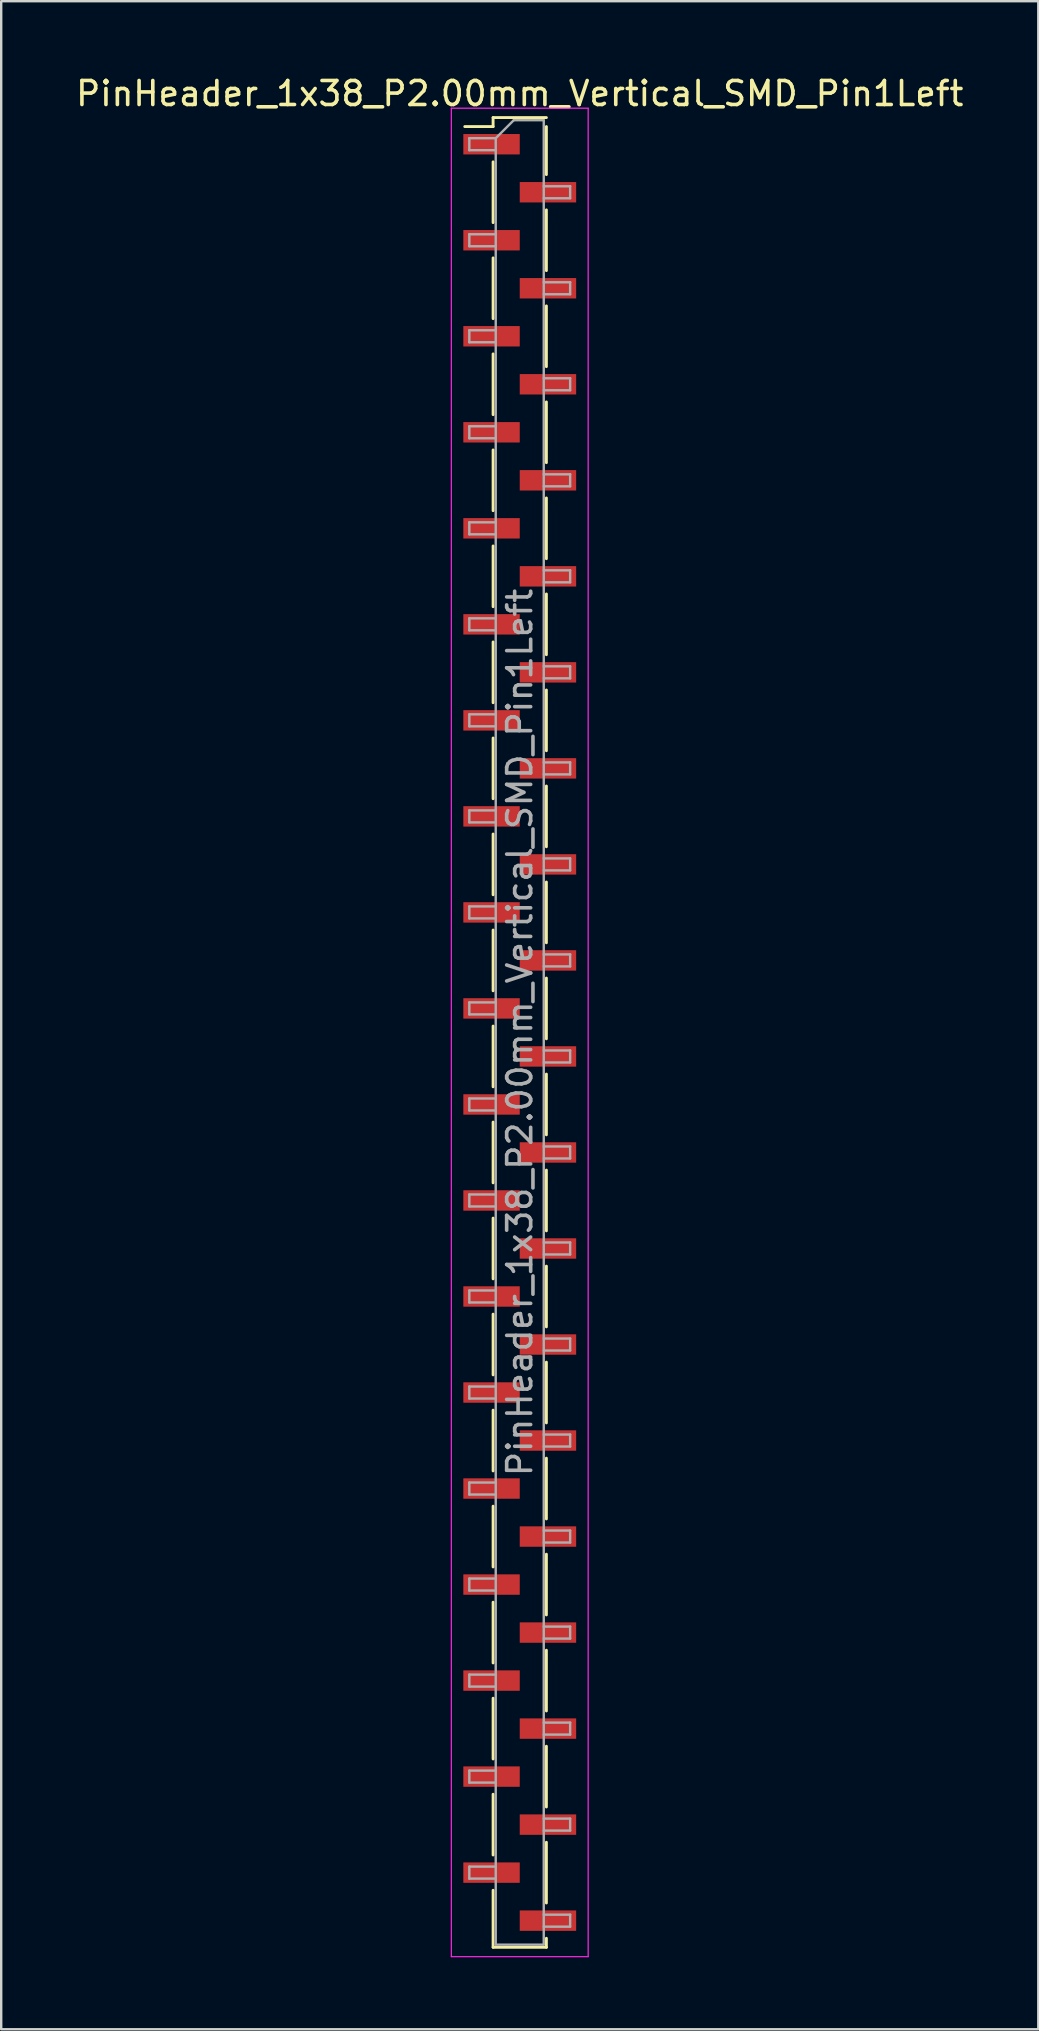
<source format=kicad_pcb>
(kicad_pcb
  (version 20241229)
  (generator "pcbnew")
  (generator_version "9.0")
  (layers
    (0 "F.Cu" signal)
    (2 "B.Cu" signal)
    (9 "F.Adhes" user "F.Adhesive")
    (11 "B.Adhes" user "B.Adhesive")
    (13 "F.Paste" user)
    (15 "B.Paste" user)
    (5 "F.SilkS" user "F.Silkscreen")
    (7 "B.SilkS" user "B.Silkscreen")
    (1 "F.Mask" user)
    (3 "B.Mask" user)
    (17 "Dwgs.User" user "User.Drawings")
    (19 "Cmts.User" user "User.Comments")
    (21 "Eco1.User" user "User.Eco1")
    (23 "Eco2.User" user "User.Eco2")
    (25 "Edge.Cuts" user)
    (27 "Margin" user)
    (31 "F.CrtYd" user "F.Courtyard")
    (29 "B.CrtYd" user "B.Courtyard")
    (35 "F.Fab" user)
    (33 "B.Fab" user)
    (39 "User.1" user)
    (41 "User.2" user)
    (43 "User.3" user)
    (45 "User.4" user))
  (footprint "PinHeader_1x38_P2.00mm_Vertical_SMD_Pin1Left"
    (layer "F.Cu")
    (at 18.601 39.958)
    (property "Reference" "PinHeader_1x38_P2.00mm_Vertical_SMD_Pin1Left" (at 0 -39.11 0) (layer "F.SilkS") (effects (font (size 1 1) (thickness 0.15))))
    (attr smd)
    (fp_line (start -1.11 -38.11) (end -1.11 -37.735) (stroke (width 0.12) (type solid)) (layer "F.SilkS"))
    (fp_line (start -1.11 -38.11) (end 1.11 -38.11) (stroke (width 0.12) (type solid)) (layer "F.SilkS"))
    (fp_line (start -1.11 -37.735) (end -2.29 -37.735) (stroke (width 0.12) (type solid)) (layer "F.SilkS"))
    (fp_line (start -1.11 -36.265) (end -1.11 -33.735) (stroke (width 0.12) (type solid)) (layer "F.SilkS"))
    (fp_line (start -1.11 -32.265) (end -1.11 -29.735) (stroke (width 0.12) (type solid)) (layer "F.SilkS"))
    (fp_line (start -1.11 -28.265) (end -1.11 -25.735) (stroke (width 0.12) (type solid)) (layer "F.SilkS"))
    (fp_line (start -1.11 -24.265) (end -1.11 -21.735) (stroke (width 0.12) (type solid)) (layer "F.SilkS"))
    (fp_line (start -1.11 -20.265) (end -1.11 -17.735) (stroke (width 0.12) (type solid)) (layer "F.SilkS"))
    (fp_line (start -1.11 -16.265) (end -1.11 -13.735) (stroke (width 0.12) (type solid)) (layer "F.SilkS"))
    (fp_line (start -1.11 -12.265) (end -1.11 -9.735) (stroke (width 0.12) (type solid)) (layer "F.SilkS"))
    (fp_line (start -1.11 -8.265) (end -1.11 -5.735) (stroke (width 0.12) (type solid)) (layer "F.SilkS"))
    (fp_line (start -1.11 -4.265) (end -1.11 -1.735) (stroke (width 0.12) (type solid)) (layer "F.SilkS"))
    (fp_line (start -1.11 -0.265) (end -1.11 2.265) (stroke (width 0.12) (type solid)) (layer "F.SilkS"))
    (fp_line (start -1.11 3.735) (end -1.11 6.265) (stroke (width 0.12) (type solid)) (layer "F.SilkS"))
    (fp_line (start -1.11 7.735) (end -1.11 10.265) (stroke (width 0.12) (type solid)) (layer "F.SilkS"))
    (fp_line (start -1.11 11.735) (end -1.11 14.265) (stroke (width 0.12) (type solid)) (layer "F.SilkS"))
    (fp_line (start -1.11 15.735) (end -1.11 18.265) (stroke (width 0.12) (type solid)) (layer "F.SilkS"))
    (fp_line (start -1.11 19.735) (end -1.11 22.265) (stroke (width 0.12) (type solid)) (layer "F.SilkS"))
    (fp_line (start -1.11 23.735) (end -1.11 26.265) (stroke (width 0.12) (type solid)) (layer "F.SilkS"))
    (fp_line (start -1.11 27.735) (end -1.11 30.265) (stroke (width 0.12) (type solid)) (layer "F.SilkS"))
    (fp_line (start -1.11 31.735) (end -1.11 34.265) (stroke (width 0.12) (type solid)) (layer "F.SilkS"))
    (fp_line (start -1.11 35.735) (end -1.11 38.11) (stroke (width 0.12) (type solid)) (layer "F.SilkS"))
    (fp_line (start -1.11 38.11) (end 1.11 38.11) (stroke (width 0.12) (type solid)) (layer "F.SilkS"))
    (fp_line (start 1.11 -37.735) (end 1.11 -35.735) (stroke (width 0.12) (type solid)) (layer "F.SilkS"))
    (fp_line (start 1.11 -34.265) (end 1.11 -31.735) (stroke (width 0.12) (type solid)) (layer "F.SilkS"))
    (fp_line (start 1.11 -30.265) (end 1.11 -27.735) (stroke (width 0.12) (type solid)) (layer "F.SilkS"))
    (fp_line (start 1.11 -26.265) (end 1.11 -23.735) (stroke (width 0.12) (type solid)) (layer "F.SilkS"))
    (fp_line (start 1.11 -22.265) (end 1.11 -19.735) (stroke (width 0.12) (type solid)) (layer "F.SilkS"))
    (fp_line (start 1.11 -18.265) (end 1.11 -15.735) (stroke (width 0.12) (type solid)) (layer "F.SilkS"))
    (fp_line (start 1.11 -14.265) (end 1.11 -11.735) (stroke (width 0.12) (type solid)) (layer "F.SilkS"))
    (fp_line (start 1.11 -10.265) (end 1.11 -7.735) (stroke (width 0.12) (type solid)) (layer "F.SilkS"))
    (fp_line (start 1.11 -6.265) (end 1.11 -3.735) (stroke (width 0.12) (type solid)) (layer "F.SilkS"))
    (fp_line (start 1.11 -2.265) (end 1.11 0.265) (stroke (width 0.12) (type solid)) (layer "F.SilkS"))
    (fp_line (start 1.11 1.735) (end 1.11 4.265) (stroke (width 0.12) (type solid)) (layer "F.SilkS"))
    (fp_line (start 1.11 5.735) (end 1.11 8.265) (stroke (width 0.12) (type solid)) (layer "F.SilkS"))
    (fp_line (start 1.11 9.735) (end 1.11 12.265) (stroke (width 0.12) (type solid)) (layer "F.SilkS"))
    (fp_line (start 1.11 13.735) (end 1.11 16.265) (stroke (width 0.12) (type solid)) (layer "F.SilkS"))
    (fp_line (start 1.11 17.735) (end 1.11 20.265) (stroke (width 0.12) (type solid)) (layer "F.SilkS"))
    (fp_line (start 1.11 21.735) (end 1.11 24.265) (stroke (width 0.12) (type solid)) (layer "F.SilkS"))
    (fp_line (start 1.11 25.735) (end 1.11 28.265) (stroke (width 0.12) (type solid)) (layer "F.SilkS"))
    (fp_line (start 1.11 29.735) (end 1.11 32.265) (stroke (width 0.12) (type solid)) (layer "F.SilkS"))
    (fp_line (start 1.11 33.735) (end 1.11 36.265) (stroke (width 0.12) (type solid)) (layer "F.SilkS"))
    (fp_line (start 1.11 37.735) (end 1.11 38.11) (stroke (width 0.12) (type solid)) (layer "F.SilkS"))
    (fp_line (start -2.85 -38.5) (end -2.85 38.5) (stroke (width 0.05) (type solid)) (layer "F.CrtYd"))
    (fp_line (start -2.85 38.5) (end 2.85 38.5) (stroke (width 0.05) (type solid)) (layer "F.CrtYd"))
    (fp_line (start 2.85 -38.5) (end -2.85 -38.5) (stroke (width 0.05) (type solid)) (layer "F.CrtYd"))
    (fp_line (start 2.85 38.5) (end 2.85 -38.5) (stroke (width 0.05) (type solid)) (layer "F.CrtYd"))
    (fp_line (start -2.1 -37.25) (end -2.1 -36.75) (stroke (width 0.1) (type solid)) (layer "F.Fab"))
    (fp_line (start -2.1 -36.75) (end -1 -36.75) (stroke (width 0.1) (type solid)) (layer "F.Fab"))
    (fp_line (start -2.1 -33.25) (end -2.1 -32.75) (stroke (width 0.1) (type solid)) (layer "F.Fab"))
    (fp_line (start -2.1 -32.75) (end -1 -32.75) (stroke (width 0.1) (type solid)) (layer "F.Fab"))
    (fp_line (start -2.1 -29.25) (end -2.1 -28.75) (stroke (width 0.1) (type solid)) (layer "F.Fab"))
    (fp_line (start -2.1 -28.75) (end -1 -28.75) (stroke (width 0.1) (type solid)) (layer "F.Fab"))
    (fp_line (start -2.1 -25.25) (end -2.1 -24.75) (stroke (width 0.1) (type solid)) (layer "F.Fab"))
    (fp_line (start -2.1 -24.75) (end -1 -24.75) (stroke (width 0.1) (type solid)) (layer "F.Fab"))
    (fp_line (start -2.1 -21.25) (end -2.1 -20.75) (stroke (width 0.1) (type solid)) (layer "F.Fab"))
    (fp_line (start -2.1 -20.75) (end -1 -20.75) (stroke (width 0.1) (type solid)) (layer "F.Fab"))
    (fp_line (start -2.1 -17.25) (end -2.1 -16.75) (stroke (width 0.1) (type solid)) (layer "F.Fab"))
    (fp_line (start -2.1 -16.75) (end -1 -16.75) (stroke (width 0.1) (type solid)) (layer "F.Fab"))
    (fp_line (start -2.1 -13.25) (end -2.1 -12.75) (stroke (width 0.1) (type solid)) (layer "F.Fab"))
    (fp_line (start -2.1 -12.75) (end -1 -12.75) (stroke (width 0.1) (type solid)) (layer "F.Fab"))
    (fp_line (start -2.1 -9.25) (end -2.1 -8.75) (stroke (width 0.1) (type solid)) (layer "F.Fab"))
    (fp_line (start -2.1 -8.75) (end -1 -8.75) (stroke (width 0.1) (type solid)) (layer "F.Fab"))
    (fp_line (start -2.1 -5.25) (end -2.1 -4.75) (stroke (width 0.1) (type solid)) (layer "F.Fab"))
    (fp_line (start -2.1 -4.75) (end -1 -4.75) (stroke (width 0.1) (type solid)) (layer "F.Fab"))
    (fp_line (start -2.1 -1.25) (end -2.1 -0.75) (stroke (width 0.1) (type solid)) (layer "F.Fab"))
    (fp_line (start -2.1 -0.75) (end -1 -0.75) (stroke (width 0.1) (type solid)) (layer "F.Fab"))
    (fp_line (start -2.1 2.75) (end -2.1 3.25) (stroke (width 0.1) (type solid)) (layer "F.Fab"))
    (fp_line (start -2.1 3.25) (end -1 3.25) (stroke (width 0.1) (type solid)) (layer "F.Fab"))
    (fp_line (start -2.1 6.75) (end -2.1 7.25) (stroke (width 0.1) (type solid)) (layer "F.Fab"))
    (fp_line (start -2.1 7.25) (end -1 7.25) (stroke (width 0.1) (type solid)) (layer "F.Fab"))
    (fp_line (start -2.1 10.75) (end -2.1 11.25) (stroke (width 0.1) (type solid)) (layer "F.Fab"))
    (fp_line (start -2.1 11.25) (end -1 11.25) (stroke (width 0.1) (type solid)) (layer "F.Fab"))
    (fp_line (start -2.1 14.75) (end -2.1 15.25) (stroke (width 0.1) (type solid)) (layer "F.Fab"))
    (fp_line (start -2.1 15.25) (end -1 15.25) (stroke (width 0.1) (type solid)) (layer "F.Fab"))
    (fp_line (start -2.1 18.75) (end -2.1 19.25) (stroke (width 0.1) (type solid)) (layer "F.Fab"))
    (fp_line (start -2.1 19.25) (end -1 19.25) (stroke (width 0.1) (type solid)) (layer "F.Fab"))
    (fp_line (start -2.1 22.75) (end -2.1 23.25) (stroke (width 0.1) (type solid)) (layer "F.Fab"))
    (fp_line (start -2.1 23.25) (end -1 23.25) (stroke (width 0.1) (type solid)) (layer "F.Fab"))
    (fp_line (start -2.1 26.75) (end -2.1 27.25) (stroke (width 0.1) (type solid)) (layer "F.Fab"))
    (fp_line (start -2.1 27.25) (end -1 27.25) (stroke (width 0.1) (type solid)) (layer "F.Fab"))
    (fp_line (start -2.1 30.75) (end -2.1 31.25) (stroke (width 0.1) (type solid)) (layer "F.Fab"))
    (fp_line (start -2.1 31.25) (end -1 31.25) (stroke (width 0.1) (type solid)) (layer "F.Fab"))
    (fp_line (start -2.1 34.75) (end -2.1 35.25) (stroke (width 0.1) (type solid)) (layer "F.Fab"))
    (fp_line (start -2.1 35.25) (end -1 35.25) (stroke (width 0.1) (type solid)) (layer "F.Fab"))
    (fp_line (start -1 -37.25) (end -2.1 -37.25) (stroke (width 0.1) (type solid)) (layer "F.Fab"))
    (fp_line (start -1 -37.25) (end -0.25 -38) (stroke (width 0.1) (type solid)) (layer "F.Fab"))
    (fp_line (start -1 -33.25) (end -2.1 -33.25) (stroke (width 0.1) (type solid)) (layer "F.Fab"))
    (fp_line (start -1 -29.25) (end -2.1 -29.25) (stroke (width 0.1) (type solid)) (layer "F.Fab"))
    (fp_line (start -1 -25.25) (end -2.1 -25.25) (stroke (width 0.1) (type solid)) (layer "F.Fab"))
    (fp_line (start -1 -21.25) (end -2.1 -21.25) (stroke (width 0.1) (type solid)) (layer "F.Fab"))
    (fp_line (start -1 -17.25) (end -2.1 -17.25) (stroke (width 0.1) (type solid)) (layer "F.Fab"))
    (fp_line (start -1 -13.25) (end -2.1 -13.25) (stroke (width 0.1) (type solid)) (layer "F.Fab"))
    (fp_line (start -1 -9.25) (end -2.1 -9.25) (stroke (width 0.1) (type solid)) (layer "F.Fab"))
    (fp_line (start -1 -5.25) (end -2.1 -5.25) (stroke (width 0.1) (type solid)) (layer "F.Fab"))
    (fp_line (start -1 -1.25) (end -2.1 -1.25) (stroke (width 0.1) (type solid)) (layer "F.Fab"))
    (fp_line (start -1 2.75) (end -2.1 2.75) (stroke (width 0.1) (type solid)) (layer "F.Fab"))
    (fp_line (start -1 6.75) (end -2.1 6.75) (stroke (width 0.1) (type solid)) (layer "F.Fab"))
    (fp_line (start -1 10.75) (end -2.1 10.75) (stroke (width 0.1) (type solid)) (layer "F.Fab"))
    (fp_line (start -1 14.75) (end -2.1 14.75) (stroke (width 0.1) (type solid)) (layer "F.Fab"))
    (fp_line (start -1 18.75) (end -2.1 18.75) (stroke (width 0.1) (type solid)) (layer "F.Fab"))
    (fp_line (start -1 22.75) (end -2.1 22.75) (stroke (width 0.1) (type solid)) (layer "F.Fab"))
    (fp_line (start -1 26.75) (end -2.1 26.75) (stroke (width 0.1) (type solid)) (layer "F.Fab"))
    (fp_line (start -1 30.75) (end -2.1 30.75) (stroke (width 0.1) (type solid)) (layer "F.Fab"))
    (fp_line (start -1 34.75) (end -2.1 34.75) (stroke (width 0.1) (type solid)) (layer "F.Fab"))
    (fp_line (start -1 38) (end -1 -37.25) (stroke (width 0.1) (type solid)) (layer "F.Fab"))
    (fp_line (start -0.25 -38) (end 1 -38) (stroke (width 0.1) (type solid)) (layer "F.Fab"))
    (fp_line (start 1 -38) (end 1 38) (stroke (width 0.1) (type solid)) (layer "F.Fab"))
    (fp_line (start 1 -35.25) (end 2.1 -35.25) (stroke (width 0.1) (type solid)) (layer "F.Fab"))
    (fp_line (start 1 -31.25) (end 2.1 -31.25) (stroke (width 0.1) (type solid)) (layer "F.Fab"))
    (fp_line (start 1 -27.25) (end 2.1 -27.25) (stroke (width 0.1) (type solid)) (layer "F.Fab"))
    (fp_line (start 1 -23.25) (end 2.1 -23.25) (stroke (width 0.1) (type solid)) (layer "F.Fab"))
    (fp_line (start 1 -19.25) (end 2.1 -19.25) (stroke (width 0.1) (type solid)) (layer "F.Fab"))
    (fp_line (start 1 -15.25) (end 2.1 -15.25) (stroke (width 0.1) (type solid)) (layer "F.Fab"))
    (fp_line (start 1 -11.25) (end 2.1 -11.25) (stroke (width 0.1) (type solid)) (layer "F.Fab"))
    (fp_line (start 1 -7.25) (end 2.1 -7.25) (stroke (width 0.1) (type solid)) (layer "F.Fab"))
    (fp_line (start 1 -3.25) (end 2.1 -3.25) (stroke (width 0.1) (type solid)) (layer "F.Fab"))
    (fp_line (start 1 0.75) (end 2.1 0.75) (stroke (width 0.1) (type solid)) (layer "F.Fab"))
    (fp_line (start 1 4.75) (end 2.1 4.75) (stroke (width 0.1) (type solid)) (layer "F.Fab"))
    (fp_line (start 1 8.75) (end 2.1 8.75) (stroke (width 0.1) (type solid)) (layer "F.Fab"))
    (fp_line (start 1 12.75) (end 2.1 12.75) (stroke (width 0.1) (type solid)) (layer "F.Fab"))
    (fp_line (start 1 16.75) (end 2.1 16.75) (stroke (width 0.1) (type solid)) (layer "F.Fab"))
    (fp_line (start 1 20.75) (end 2.1 20.75) (stroke (width 0.1) (type solid)) (layer "F.Fab"))
    (fp_line (start 1 24.75) (end 2.1 24.75) (stroke (width 0.1) (type solid)) (layer "F.Fab"))
    (fp_line (start 1 28.75) (end 2.1 28.75) (stroke (width 0.1) (type solid)) (layer "F.Fab"))
    (fp_line (start 1 32.75) (end 2.1 32.75) (stroke (width 0.1) (type solid)) (layer "F.Fab"))
    (fp_line (start 1 36.75) (end 2.1 36.75) (stroke (width 0.1) (type solid)) (layer "F.Fab"))
    (fp_line (start 1 38) (end -1 38) (stroke (width 0.1) (type solid)) (layer "F.Fab"))
    (fp_line (start 2.1 -35.25) (end 2.1 -34.75) (stroke (width 0.1) (type solid)) (layer "F.Fab"))
    (fp_line (start 2.1 -34.75) (end 1 -34.75) (stroke (width 0.1) (type solid)) (layer "F.Fab"))
    (fp_line (start 2.1 -31.25) (end 2.1 -30.75) (stroke (width 0.1) (type solid)) (layer "F.Fab"))
    (fp_line (start 2.1 -30.75) (end 1 -30.75) (stroke (width 0.1) (type solid)) (layer "F.Fab"))
    (fp_line (start 2.1 -27.25) (end 2.1 -26.75) (stroke (width 0.1) (type solid)) (layer "F.Fab"))
    (fp_line (start 2.1 -26.75) (end 1 -26.75) (stroke (width 0.1) (type solid)) (layer "F.Fab"))
    (fp_line (start 2.1 -23.25) (end 2.1 -22.75) (stroke (width 0.1) (type solid)) (layer "F.Fab"))
    (fp_line (start 2.1 -22.75) (end 1 -22.75) (stroke (width 0.1) (type solid)) (layer "F.Fab"))
    (fp_line (start 2.1 -19.25) (end 2.1 -18.75) (stroke (width 0.1) (type solid)) (layer "F.Fab"))
    (fp_line (start 2.1 -18.75) (end 1 -18.75) (stroke (width 0.1) (type solid)) (layer "F.Fab"))
    (fp_line (start 2.1 -15.25) (end 2.1 -14.75) (stroke (width 0.1) (type solid)) (layer "F.Fab"))
    (fp_line (start 2.1 -14.75) (end 1 -14.75) (stroke (width 0.1) (type solid)) (layer "F.Fab"))
    (fp_line (start 2.1 -11.25) (end 2.1 -10.75) (stroke (width 0.1) (type solid)) (layer "F.Fab"))
    (fp_line (start 2.1 -10.75) (end 1 -10.75) (stroke (width 0.1) (type solid)) (layer "F.Fab"))
    (fp_line (start 2.1 -7.25) (end 2.1 -6.75) (stroke (width 0.1) (type solid)) (layer "F.Fab"))
    (fp_line (start 2.1 -6.75) (end 1 -6.75) (stroke (width 0.1) (type solid)) (layer "F.Fab"))
    (fp_line (start 2.1 -3.25) (end 2.1 -2.75) (stroke (width 0.1) (type solid)) (layer "F.Fab"))
    (fp_line (start 2.1 -2.75) (end 1 -2.75) (stroke (width 0.1) (type solid)) (layer "F.Fab"))
    (fp_line (start 2.1 0.75) (end 2.1 1.25) (stroke (width 0.1) (type solid)) (layer "F.Fab"))
    (fp_line (start 2.1 1.25) (end 1 1.25) (stroke (width 0.1) (type solid)) (layer "F.Fab"))
    (fp_line (start 2.1 4.75) (end 2.1 5.25) (stroke (width 0.1) (type solid)) (layer "F.Fab"))
    (fp_line (start 2.1 5.25) (end 1 5.25) (stroke (width 0.1) (type solid)) (layer "F.Fab"))
    (fp_line (start 2.1 8.75) (end 2.1 9.25) (stroke (width 0.1) (type solid)) (layer "F.Fab"))
    (fp_line (start 2.1 9.25) (end 1 9.25) (stroke (width 0.1) (type solid)) (layer "F.Fab"))
    (fp_line (start 2.1 12.75) (end 2.1 13.25) (stroke (width 0.1) (type solid)) (layer "F.Fab"))
    (fp_line (start 2.1 13.25) (end 1 13.25) (stroke (width 0.1) (type solid)) (layer "F.Fab"))
    (fp_line (start 2.1 16.75) (end 2.1 17.25) (stroke (width 0.1) (type solid)) (layer "F.Fab"))
    (fp_line (start 2.1 17.25) (end 1 17.25) (stroke (width 0.1) (type solid)) (layer "F.Fab"))
    (fp_line (start 2.1 20.75) (end 2.1 21.25) (stroke (width 0.1) (type solid)) (layer "F.Fab"))
    (fp_line (start 2.1 21.25) (end 1 21.25) (stroke (width 0.1) (type solid)) (layer "F.Fab"))
    (fp_line (start 2.1 24.75) (end 2.1 25.25) (stroke (width 0.1) (type solid)) (layer "F.Fab"))
    (fp_line (start 2.1 25.25) (end 1 25.25) (stroke (width 0.1) (type solid)) (layer "F.Fab"))
    (fp_line (start 2.1 28.75) (end 2.1 29.25) (stroke (width 0.1) (type solid)) (layer "F.Fab"))
    (fp_line (start 2.1 29.25) (end 1 29.25) (stroke (width 0.1) (type solid)) (layer "F.Fab"))
    (fp_line (start 2.1 32.75) (end 2.1 33.25) (stroke (width 0.1) (type solid)) (layer "F.Fab"))
    (fp_line (start 2.1 33.25) (end 1 33.25) (stroke (width 0.1) (type solid)) (layer "F.Fab"))
    (fp_line (start 2.1 36.75) (end 2.1 37.25) (stroke (width 0.1) (type solid)) (layer "F.Fab"))
    (fp_line (start 2.1 37.25) (end 1 37.25) (stroke (width 0.1) (type solid)) (layer "F.Fab"))
    (fp_text user "${REFERENCE}" (at 0 0 90) (layer "F.Fab") (effects (font (size 1 1) (thickness 0.15))))
    (pad "1" smd rect (at -1.175 -37) (size 2.35 0.85) (layers "F.Cu" "F.Mask" "F.Paste"))
    (pad "2" smd rect (at 1.175 -35) (size 2.35 0.85) (layers "F.Cu" "F.Mask" "F.Paste"))
    (pad "3" smd rect (at -1.175 -33) (size 2.35 0.85) (layers "F.Cu" "F.Mask" "F.Paste"))
    (pad "4" smd rect (at 1.175 -31) (size 2.35 0.85) (layers "F.Cu" "F.Mask" "F.Paste"))
    (pad "5" smd rect (at -1.175 -29) (size 2.35 0.85) (layers "F.Cu" "F.Mask" "F.Paste"))
    (pad "6" smd rect (at 1.175 -27) (size 2.35 0.85) (layers "F.Cu" "F.Mask" "F.Paste"))
    (pad "7" smd rect (at -1.175 -25) (size 2.35 0.85) (layers "F.Cu" "F.Mask" "F.Paste"))
    (pad "8" smd rect (at 1.175 -23) (size 2.35 0.85) (layers "F.Cu" "F.Mask" "F.Paste"))
    (pad "9" smd rect (at -1.175 -21) (size 2.35 0.85) (layers "F.Cu" "F.Mask" "F.Paste"))
    (pad "10" smd rect (at 1.175 -19) (size 2.35 0.85) (layers "F.Cu" "F.Mask" "F.Paste"))
    (pad "11" smd rect (at -1.175 -17) (size 2.35 0.85) (layers "F.Cu" "F.Mask" "F.Paste"))
    (pad "12" smd rect (at 1.175 -15) (size 2.35 0.85) (layers "F.Cu" "F.Mask" "F.Paste"))
    (pad "13" smd rect (at -1.175 -13) (size 2.35 0.85) (layers "F.Cu" "F.Mask" "F.Paste"))
    (pad "14" smd rect (at 1.175 -11) (size 2.35 0.85) (layers "F.Cu" "F.Mask" "F.Paste"))
    (pad "15" smd rect (at -1.175 -9) (size 2.35 0.85) (layers "F.Cu" "F.Mask" "F.Paste"))
    (pad "16" smd rect (at 1.175 -7) (size 2.35 0.85) (layers "F.Cu" "F.Mask" "F.Paste"))
    (pad "17" smd rect (at -1.175 -5) (size 2.35 0.85) (layers "F.Cu" "F.Mask" "F.Paste"))
    (pad "18" smd rect (at 1.175 -3) (size 2.35 0.85) (layers "F.Cu" "F.Mask" "F.Paste"))
    (pad "19" smd rect (at -1.175 -1) (size 2.35 0.85) (layers "F.Cu" "F.Mask" "F.Paste"))
    (pad "20" smd rect (at 1.175 1) (size 2.35 0.85) (layers "F.Cu" "F.Mask" "F.Paste"))
    (pad "21" smd rect (at -1.175 3) (size 2.35 0.85) (layers "F.Cu" "F.Mask" "F.Paste"))
    (pad "22" smd rect (at 1.175 5) (size 2.35 0.85) (layers "F.Cu" "F.Mask" "F.Paste"))
    (pad "23" smd rect (at -1.175 7) (size 2.35 0.85) (layers "F.Cu" "F.Mask" "F.Paste"))
    (pad "24" smd rect (at 1.175 9) (size 2.35 0.85) (layers "F.Cu" "F.Mask" "F.Paste"))
    (pad "25" smd rect (at -1.175 11) (size 2.35 0.85) (layers "F.Cu" "F.Mask" "F.Paste"))
    (pad "26" smd rect (at 1.175 13) (size 2.35 0.85) (layers "F.Cu" "F.Mask" "F.Paste"))
    (pad "27" smd rect (at -1.175 15) (size 2.35 0.85) (layers "F.Cu" "F.Mask" "F.Paste"))
    (pad "28" smd rect (at 1.175 17) (size 2.35 0.85) (layers "F.Cu" "F.Mask" "F.Paste"))
    (pad "29" smd rect (at -1.175 19) (size 2.35 0.85) (layers "F.Cu" "F.Mask" "F.Paste"))
    (pad "30" smd rect (at 1.175 21) (size 2.35 0.85) (layers "F.Cu" "F.Mask" "F.Paste"))
    (pad "31" smd rect (at -1.175 23) (size 2.35 0.85) (layers "F.Cu" "F.Mask" "F.Paste"))
    (pad "32" smd rect (at 1.175 25) (size 2.35 0.85) (layers "F.Cu" "F.Mask" "F.Paste"))
    (pad "33" smd rect (at -1.175 27) (size 2.35 0.85) (layers "F.Cu" "F.Mask" "F.Paste"))
    (pad "34" smd rect (at 1.175 29) (size 2.35 0.85) (layers "F.Cu" "F.Mask" "F.Paste"))
    (pad "35" smd rect (at -1.175 31) (size 2.35 0.85) (layers "F.Cu" "F.Mask" "F.Paste"))
    (pad "36" smd rect (at 1.175 33) (size 2.35 0.85) (layers "F.Cu" "F.Mask" "F.Paste"))
    (pad "37" smd rect (at -1.175 35) (size 2.35 0.85) (layers "F.Cu" "F.Mask" "F.Paste"))
    (pad "38" smd rect (at 1.175 37) (size 2.35 0.85) (layers "F.Cu" "F.Mask" "F.Paste")))
  (gr_rect
    (start -3 -3)
    (end 40.202 81.483)
    (stroke (width 0.1) (type default))
    (fill no)
    (layer "Edge.Cuts")))
</source>
